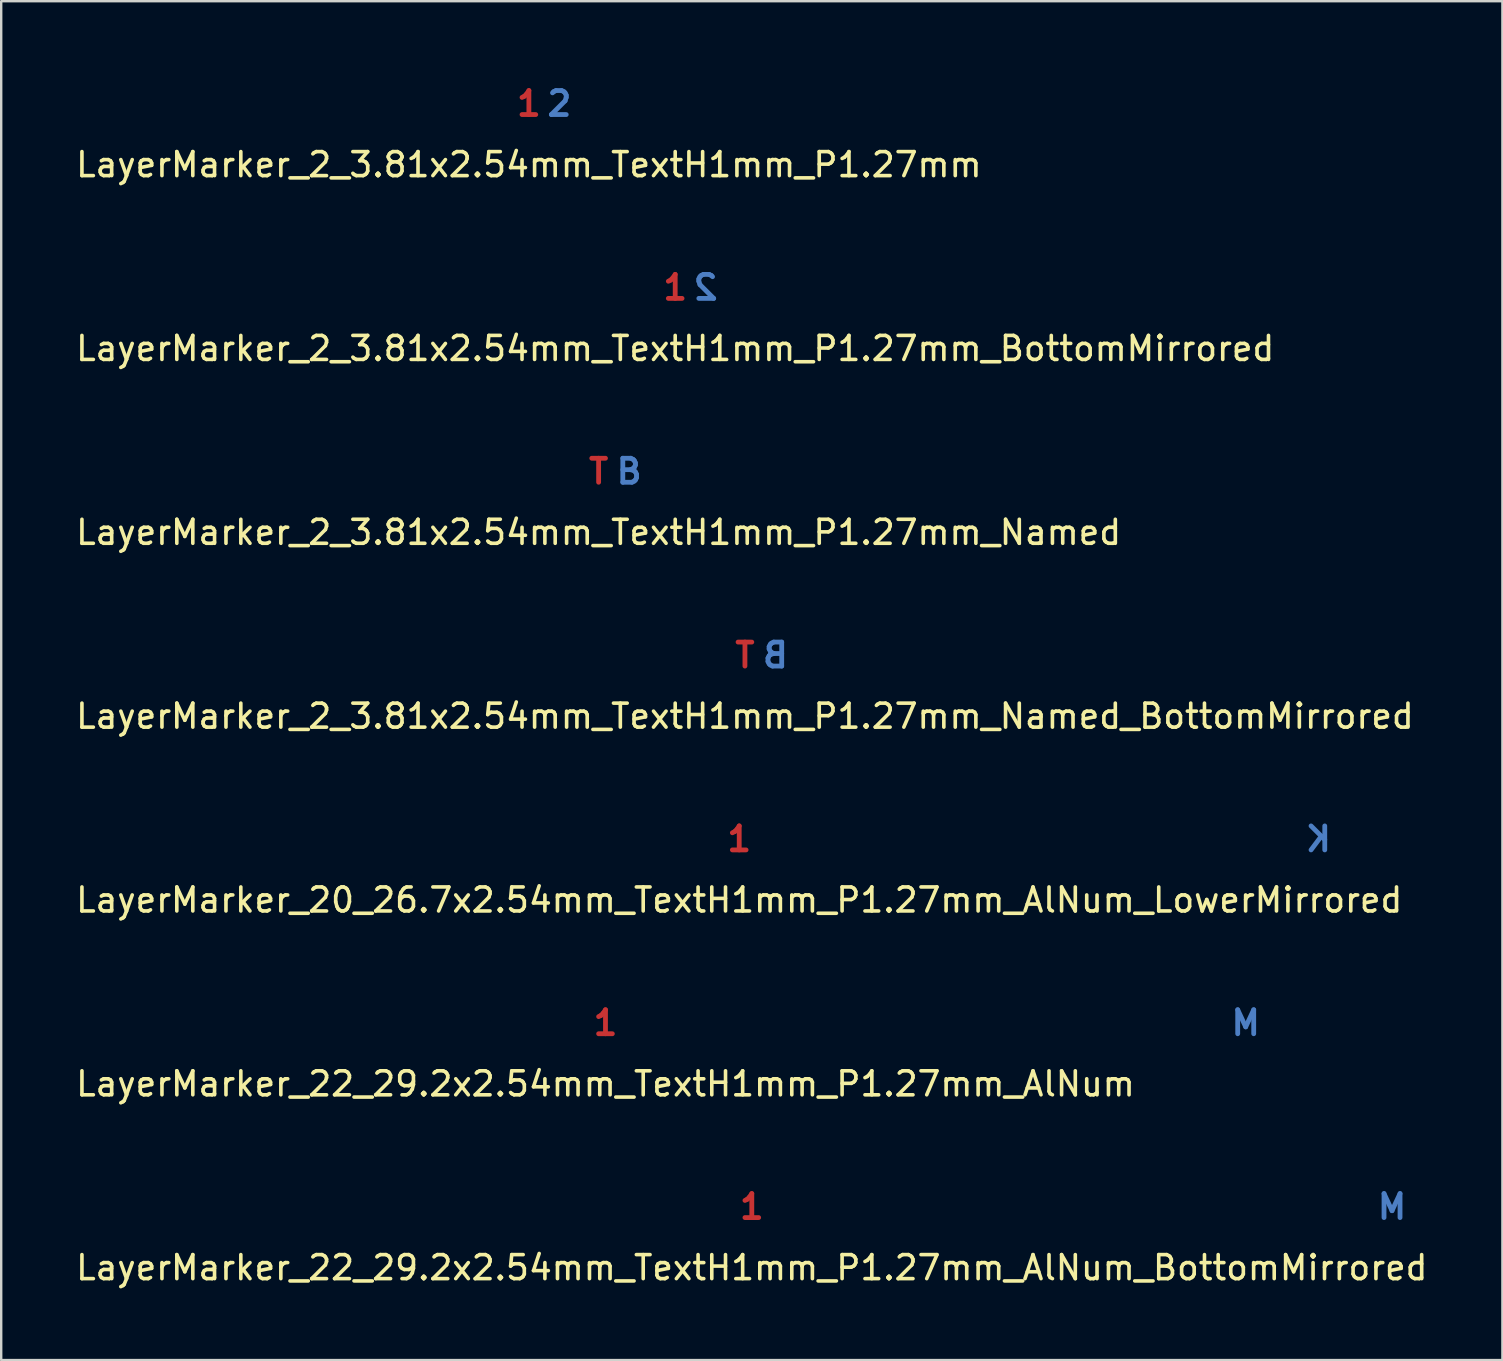
<source format=kicad_pcb>
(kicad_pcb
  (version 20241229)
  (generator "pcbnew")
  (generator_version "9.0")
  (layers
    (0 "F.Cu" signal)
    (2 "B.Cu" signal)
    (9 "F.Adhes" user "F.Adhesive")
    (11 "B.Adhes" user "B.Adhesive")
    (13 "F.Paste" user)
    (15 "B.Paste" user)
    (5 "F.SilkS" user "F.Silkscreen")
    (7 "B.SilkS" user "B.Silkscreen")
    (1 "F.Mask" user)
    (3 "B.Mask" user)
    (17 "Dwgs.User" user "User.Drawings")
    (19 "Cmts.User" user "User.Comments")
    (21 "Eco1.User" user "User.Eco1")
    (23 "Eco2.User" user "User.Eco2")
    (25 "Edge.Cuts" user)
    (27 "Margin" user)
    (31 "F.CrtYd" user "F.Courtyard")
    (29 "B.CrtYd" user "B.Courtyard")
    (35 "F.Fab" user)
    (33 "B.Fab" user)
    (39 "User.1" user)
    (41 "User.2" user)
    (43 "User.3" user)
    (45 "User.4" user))
  (footprint "LayerMarker_2_3.81x2.54mm_TextH1mm_P1.27mm_Named"
    (layer "F.Cu")
    (at 21.887 17.857)
    (property "Reference" "LayerMarker_2_3.81x2.54mm_TextH1mm_P1.27mm_Named" (at 0 1.27 0) (layer "F.SilkS") (effects (font (size 1 1) (thickness 0.15))))
    (attr board_only exclude_from_pos_files exclude_from_bom allow_missing_courtyard)
    (fp_text user "T" (at 0 -1.27 0) (layer "F.Cu") (effects (font (size 1 1) (thickness 0.2))))
    (fp_text user "B" (at 1.27 -1.27 0) (layer "B.Cu") (effects (font (size 1 1) (thickness 0.2))))
    (zone (net_name "") (layers "F.Cu" "B.Cu") (hatch edge 0.5) (connect_pads) (min_thickness 0.25) (filled_areas_thickness no) (keepout (tracks not_allowed) (vias not_allowed) (pads not_allowed) (copperpour not_allowed) (footprints allowed)) (placement (enabled no)) (fill) (polygon (pts (xy 20.617 15.316) (xy 24.427 15.316) (xy 24.427 17.857) (xy 20.617 17.857)))))
  (footprint "LayerMarker_2_3.81x2.54mm_TextH1mm_P1.27mm_Named_BottomMirrored"
    (layer "F.Cu")
    (at 27.982 25.515)
    (property "Reference" "LayerMarker_2_3.81x2.54mm_TextH1mm_P1.27mm_Named_BottomMirrored" (at 0 1.27 0) (layer "F.SilkS") (effects (font (size 1 1) (thickness 0.15))))
    (attr board_only exclude_from_pos_files exclude_from_bom allow_missing_courtyard)
    (fp_text user "T" (at 0 -1.27 0) (layer "F.Cu") (effects (font (size 1 1) (thickness 0.2))))
    (fp_text user "B" (at 1.27 -1.27 0) (layer "B.Cu") (effects (font (size 1 1) (thickness 0.2)) (justify mirror)))
    (zone (net_name "") (layers "F.Cu" "B.Cu") (hatch edge 0.5) (connect_pads) (min_thickness 0.25) (filled_areas_thickness no) (keepout (tracks not_allowed) (vias not_allowed) (pads not_allowed) (copperpour not_allowed) (footprints allowed)) (placement (enabled no)) (fill) (polygon (pts (xy 26.712 22.975) (xy 30.522 22.975) (xy 30.522 25.515) (xy 26.712 25.515)))))
  (footprint "LayerMarker_2_3.81x2.54mm_TextH1mm_P1.27mm_BottomMirrored"
    (layer "F.Cu")
    (at 25.077 10.198)
    (property "Reference" "LayerMarker_2_3.81x2.54mm_TextH1mm_P1.27mm_BottomMirrored" (at 0 1.27 0) (layer "F.SilkS") (effects (font (size 1 1) (thickness 0.15))))
    (attr board_only exclude_from_pos_files exclude_from_bom allow_missing_courtyard)
    (fp_text user "1" (at 0 -1.27 0) (layer "F.Cu") (effects (font (size 1 1) (thickness 0.2))))
    (fp_text user "2" (at 1.27 -1.27 0) (layer "B.Cu") (effects (font (size 1 1) (thickness 0.2)) (justify mirror)))
    (zone (net_name "") (layers "F.Cu" "B.Cu") (hatch edge 0.5) (connect_pads) (min_thickness 0.25) (filled_areas_thickness no) (keepout (tracks not_allowed) (vias not_allowed) (pads not_allowed) (copperpour not_allowed) (footprints allowed)) (placement (enabled no)) (fill) (polygon (pts (xy 23.807 7.658) (xy 27.617 7.658) (xy 27.617 10.198) (xy 23.807 10.198)))))
  (footprint "LayerMarker_22_29.2x2.54mm_TextH1mm_P1.27mm_AlNum_BottomMirrored"
    (layer "F.Cu")
    (at 28.268 48.489)
    (property "Reference" "LayerMarker_22_29.2x2.54mm_TextH1mm_P1.27mm_AlNum_BottomMirrored" (at 0 1.27 0) (layer "F.SilkS") (effects (font (size 1 1) (thickness 0.15))))
    (attr board_only exclude_from_pos_files exclude_from_bom allow_missing_courtyard)
    (fp_text user "1" (at 0 -1.27 0) (layer "F.Cu") (effects (font (size 1 1) (thickness 0.2))))
    (fp_text user "M" (at 26.67 -1.27 0) (layer "B.Cu") (effects (font (size 1 1) (thickness 0.2)) (justify mirror)))
    (fp_text user "2" (at 1.27 -1.27 0) (layer "In1.Cu") (effects (font (size 1 1) (thickness 0.2))))
    (fp_text user "3" (at 2.54 -1.27 0) (layer "In2.Cu") (effects (font (size 1 1) (thickness 0.2))))
    (fp_text user "4" (at 3.81 -1.27 0) (layer "In3.Cu") (effects (font (size 1 1) (thickness 0.2))))
    (fp_text user "5" (at 5.08 -1.27 0) (layer "In4.Cu") (effects (font (size 1 1) (thickness 0.2))))
    (fp_text user "6" (at 6.35 -1.27 0) (layer "In5.Cu") (effects (font (size 1 1) (thickness 0.2))))
    (fp_text user "7" (at 7.62 -1.27 0) (layer "In6.Cu") (effects (font (size 1 1) (thickness 0.2))))
    (fp_text user "8" (at 8.89 -1.27 0) (layer "In7.Cu") (effects (font (size 1 1) (thickness 0.2))))
    (fp_text user "9" (at 10.16 -1.27 0) (layer "In8.Cu") (effects (font (size 1 1) (thickness 0.2))))
    (fp_text user "A" (at 11.43 -1.27 0) (layer "In9.Cu") (effects (font (size 1 1) (thickness 0.2))))
    (fp_text user "B" (at 12.7 -1.27 0) (layer "In10.Cu") (effects (font (size 1 1) (thickness 0.2))))
    (fp_text user "C" (at 13.97 -1.27 0) (layer "In11.Cu") (effects (font (size 1 1) (thickness 0.2))))
    (fp_text user "D" (at 15.24 -1.27 0) (layer "In12.Cu") (effects (font (size 1 1) (thickness 0.2))))
    (fp_text user "E" (at 16.51 -1.27 0) (layer "In13.Cu") (effects (font (size 1 1) (thickness 0.2))))
    (fp_text user "F" (at 17.78 -1.27 0) (layer "In14.Cu") (effects (font (size 1 1) (thickness 0.2))))
    (fp_text user "G" (at 19.05 -1.27 0) (layer "In15.Cu") (effects (font (size 1 1) (thickness 0.2))))
    (fp_text user "H" (at 20.32 -1.27 0) (layer "In16.Cu") (effects (font (size 1 1) (thickness 0.2))))
    (fp_text user "I" (at 21.59 -1.27 0) (layer "In17.Cu") (effects (font (size 1 1) (thickness 0.2))))
    (fp_text user "J" (at 22.86 -1.27 0) (layer "In18.Cu") (effects (font (size 1 1) (thickness 0.2))))
    (fp_text user "K" (at 24.13 -1.27 0) (layer "In19.Cu") (effects (font (size 1 1) (thickness 0.2))))
    (fp_text user "L" (at 25.4 -1.27 0) (layer "In20.Cu") (effects (font (size 1 1) (thickness 0.2))))
    (zone (net_name "") (layers "F.Cu" "B.Cu") (hatch edge 0.5) (connect_pads) (min_thickness 0.25) (filled_areas_thickness no) (keepout (tracks not_allowed) (vias not_allowed) (pads not_allowed) (copperpour not_allowed) (footprints allowed)) (placement (enabled no)) (fill) (polygon (pts (xy 26.998 45.95) (xy 56.208 45.95) (xy 56.208 48.489) (xy 26.998 48.489)))))
  (footprint "LayerMarker_2_3.81x2.54mm_TextH1mm_P1.27mm"
    (layer "F.Cu")
    (at 18.982 2.54)
    (property "Reference" "LayerMarker_2_3.81x2.54mm_TextH1mm_P1.27mm" (at 0 1.27 0) (layer "F.SilkS") (effects (font (size 1 1) (thickness 0.15))))
    (attr board_only exclude_from_pos_files exclude_from_bom allow_missing_courtyard)
    (fp_text user "1" (at 0 -1.27 0) (layer "F.Cu") (effects (font (size 1 1) (thickness 0.2))))
    (fp_text user "2" (at 1.27 -1.27 0) (layer "B.Cu") (effects (font (size 1 1) (thickness 0.2))))
    (zone (net_name "") (layers "F.Cu" "B.Cu") (hatch edge 0.5) (connect_pads) (min_thickness 0.25) (filled_areas_thickness no) (keepout (tracks not_allowed) (vias not_allowed) (pads not_allowed) (copperpour not_allowed) (footprints allowed)) (placement (enabled no)) (fill) (polygon (pts (xy 17.712 0) (xy 21.522 0) (xy 21.522 2.54) (xy 17.712 2.54)))))
  (footprint "LayerMarker_20_26.7x2.54mm_TextH1mm_P1.27mm_AlNum_LowerMirrored"
    (layer "F.Cu")
    (at 27.744 33.173)
    (property "Reference" "LayerMarker_20_26.7x2.54mm_TextH1mm_P1.27mm_AlNum_LowerMirrored" (at 0 1.27 0) (layer "F.SilkS") (effects (font (size 1 1) (thickness 0.15))))
    (attr board_only exclude_from_pos_files exclude_from_bom allow_missing_courtyard)
    (fp_text user "1" (at 0 -1.27 0) (layer "F.Cu") (effects (font (size 1 1) (thickness 0.2))))
    (fp_text user "K" (at 24.13 -1.27 0) (layer "B.Cu") (effects (font (size 1 1) (thickness 0.2)) (justify mirror)))
    (fp_text user "2" (at 1.27 -1.27 0) (layer "In1.Cu") (effects (font (size 1 1) (thickness 0.2))))
    (fp_text user "3" (at 2.54 -1.27 0) (layer "In2.Cu") (effects (font (size 1 1) (thickness 0.2))))
    (fp_text user "4" (at 3.81 -1.27 0) (layer "In3.Cu") (effects (font (size 1 1) (thickness 0.2))))
    (fp_text user "5" (at 5.08 -1.27 0) (layer "In4.Cu") (effects (font (size 1 1) (thickness 0.2))))
    (fp_text user "6" (at 6.35 -1.27 0) (layer "In5.Cu") (effects (font (size 1 1) (thickness 0.2))))
    (fp_text user "7" (at 7.62 -1.27 0) (layer "In6.Cu") (effects (font (size 1 1) (thickness 0.2))))
    (fp_text user "8" (at 8.89 -1.27 0) (layer "In7.Cu") (effects (font (size 1 1) (thickness 0.2))))
    (fp_text user "9" (at 10.16 -1.27 0) (layer "In8.Cu") (effects (font (size 1 1) (thickness 0.2))))
    (fp_text user "A" (at 11.43 -1.27 0) (layer "In9.Cu") (effects (font (size 1 1) (thickness 0.2))))
    (fp_text user "B" (at 12.7 -1.27 0) (layer "In10.Cu") (effects (font (size 1 1) (thickness 0.2)) (justify mirror)))
    (fp_text user "C" (at 13.97 -1.27 0) (layer "In11.Cu") (effects (font (size 1 1) (thickness 0.2)) (justify mirror)))
    (fp_text user "D" (at 15.24 -1.27 0) (layer "In12.Cu") (effects (font (size 1 1) (thickness 0.2)) (justify mirror)))
    (fp_text user "E" (at 16.51 -1.27 0) (layer "In13.Cu") (effects (font (size 1 1) (thickness 0.2)) (justify mirror)))
    (fp_text user "F" (at 17.78 -1.27 0) (layer "In14.Cu") (effects (font (size 1 1) (thickness 0.2)) (justify mirror)))
    (fp_text user "G" (at 19.05 -1.27 0) (layer "In15.Cu") (effects (font (size 1 1) (thickness 0.2)) (justify mirror)))
    (fp_text user "H" (at 20.32 -1.27 0) (layer "In16.Cu") (effects (font (size 1 1) (thickness 0.2)) (justify mirror)))
    (fp_text user "I" (at 21.59 -1.27 0) (layer "In17.Cu") (effects (font (size 1 1) (thickness 0.2)) (justify mirror)))
    (fp_text user "J" (at 22.86 -1.27 0) (layer "In18.Cu") (effects (font (size 1 1) (thickness 0.2)) (justify mirror)))
    (zone (net_name "") (layers "F.Cu" "B.Cu") (hatch edge 0.5) (connect_pads) (min_thickness 0.25) (filled_areas_thickness no) (keepout (tracks not_allowed) (vias not_allowed) (pads not_allowed) (copperpour not_allowed) (footprints allowed)) (placement (enabled no)) (fill) (polygon (pts (xy 26.474 30.633) (xy 53.144 30.633) (xy 53.144 33.173) (xy 26.474 33.173)))))
  (footprint "LayerMarker_22_29.2x2.54mm_TextH1mm_P1.27mm_AlNum"
    (layer "F.Cu")
    (at 22.173 40.831)
    (property "Reference" "LayerMarker_22_29.2x2.54mm_TextH1mm_P1.27mm_AlNum" (at 0 1.27 0) (layer "F.SilkS") (effects (font (size 1 1) (thickness 0.15))))
    (attr board_only exclude_from_pos_files exclude_from_bom allow_missing_courtyard)
    (fp_text user "1" (at 0 -1.27 0) (layer "F.Cu") (effects (font (size 1 1) (thickness 0.2))))
    (fp_text user "M" (at 26.67 -1.27 0) (layer "B.Cu") (effects (font (size 1 1) (thickness 0.2))))
    (fp_text user "2" (at 1.27 -1.27 0) (layer "In1.Cu") (effects (font (size 1 1) (thickness 0.2))))
    (fp_text user "3" (at 2.54 -1.27 0) (layer "In2.Cu") (effects (font (size 1 1) (thickness 0.2))))
    (fp_text user "4" (at 3.81 -1.27 0) (layer "In3.Cu") (effects (font (size 1 1) (thickness 0.2))))
    (fp_text user "5" (at 5.08 -1.27 0) (layer "In4.Cu") (effects (font (size 1 1) (thickness 0.2))))
    (fp_text user "6" (at 6.35 -1.27 0) (layer "In5.Cu") (effects (font (size 1 1) (thickness 0.2))))
    (fp_text user "7" (at 7.62 -1.27 0) (layer "In6.Cu") (effects (font (size 1 1) (thickness 0.2))))
    (fp_text user "8" (at 8.89 -1.27 0) (layer "In7.Cu") (effects (font (size 1 1) (thickness 0.2))))
    (fp_text user "9" (at 10.16 -1.27 0) (layer "In8.Cu") (effects (font (size 1 1) (thickness 0.2))))
    (fp_text user "A" (at 11.43 -1.27 0) (layer "In9.Cu") (effects (font (size 1 1) (thickness 0.2))))
    (fp_text user "B" (at 12.7 -1.27 0) (layer "In10.Cu") (effects (font (size 1 1) (thickness 0.2))))
    (fp_text user "C" (at 13.97 -1.27 0) (layer "In11.Cu") (effects (font (size 1 1) (thickness 0.2))))
    (fp_text user "D" (at 15.24 -1.27 0) (layer "In12.Cu") (effects (font (size 1 1) (thickness 0.2))))
    (fp_text user "E" (at 16.51 -1.27 0) (layer "In13.Cu") (effects (font (size 1 1) (thickness 0.2))))
    (fp_text user "F" (at 17.78 -1.27 0) (layer "In14.Cu") (effects (font (size 1 1) (thickness 0.2))))
    (fp_text user "G" (at 19.05 -1.27 0) (layer "In15.Cu") (effects (font (size 1 1) (thickness 0.2))))
    (fp_text user "H" (at 20.32 -1.27 0) (layer "In16.Cu") (effects (font (size 1 1) (thickness 0.2))))
    (fp_text user "I" (at 21.59 -1.27 0) (layer "In17.Cu") (effects (font (size 1 1) (thickness 0.2))))
    (fp_text user "J" (at 22.86 -1.27 0) (layer "In18.Cu") (effects (font (size 1 1) (thickness 0.2))))
    (fp_text user "K" (at 24.13 -1.27 0) (layer "In19.Cu") (effects (font (size 1 1) (thickness 0.2))))
    (fp_text user "L" (at 25.4 -1.27 0) (layer "In20.Cu") (effects (font (size 1 1) (thickness 0.2))))
    (zone (net_name "") (layers "F.Cu" "B.Cu") (hatch edge 0.5) (connect_pads) (min_thickness 0.25) (filled_areas_thickness no) (keepout (tracks not_allowed) (vias not_allowed) (pads not_allowed) (copperpour not_allowed) (footprints allowed)) (placement (enabled no)) (fill) (polygon (pts (xy 20.903 38.291) (xy 50.113 38.291) (xy 50.113 40.831) (xy 20.903 40.831)))))
  (gr_rect
    (start -3 -3)
    (end 59.536 53.608)
    (stroke (width 0.1) (type default))
    (fill no)
    (layer "Edge.Cuts")))
</source>
